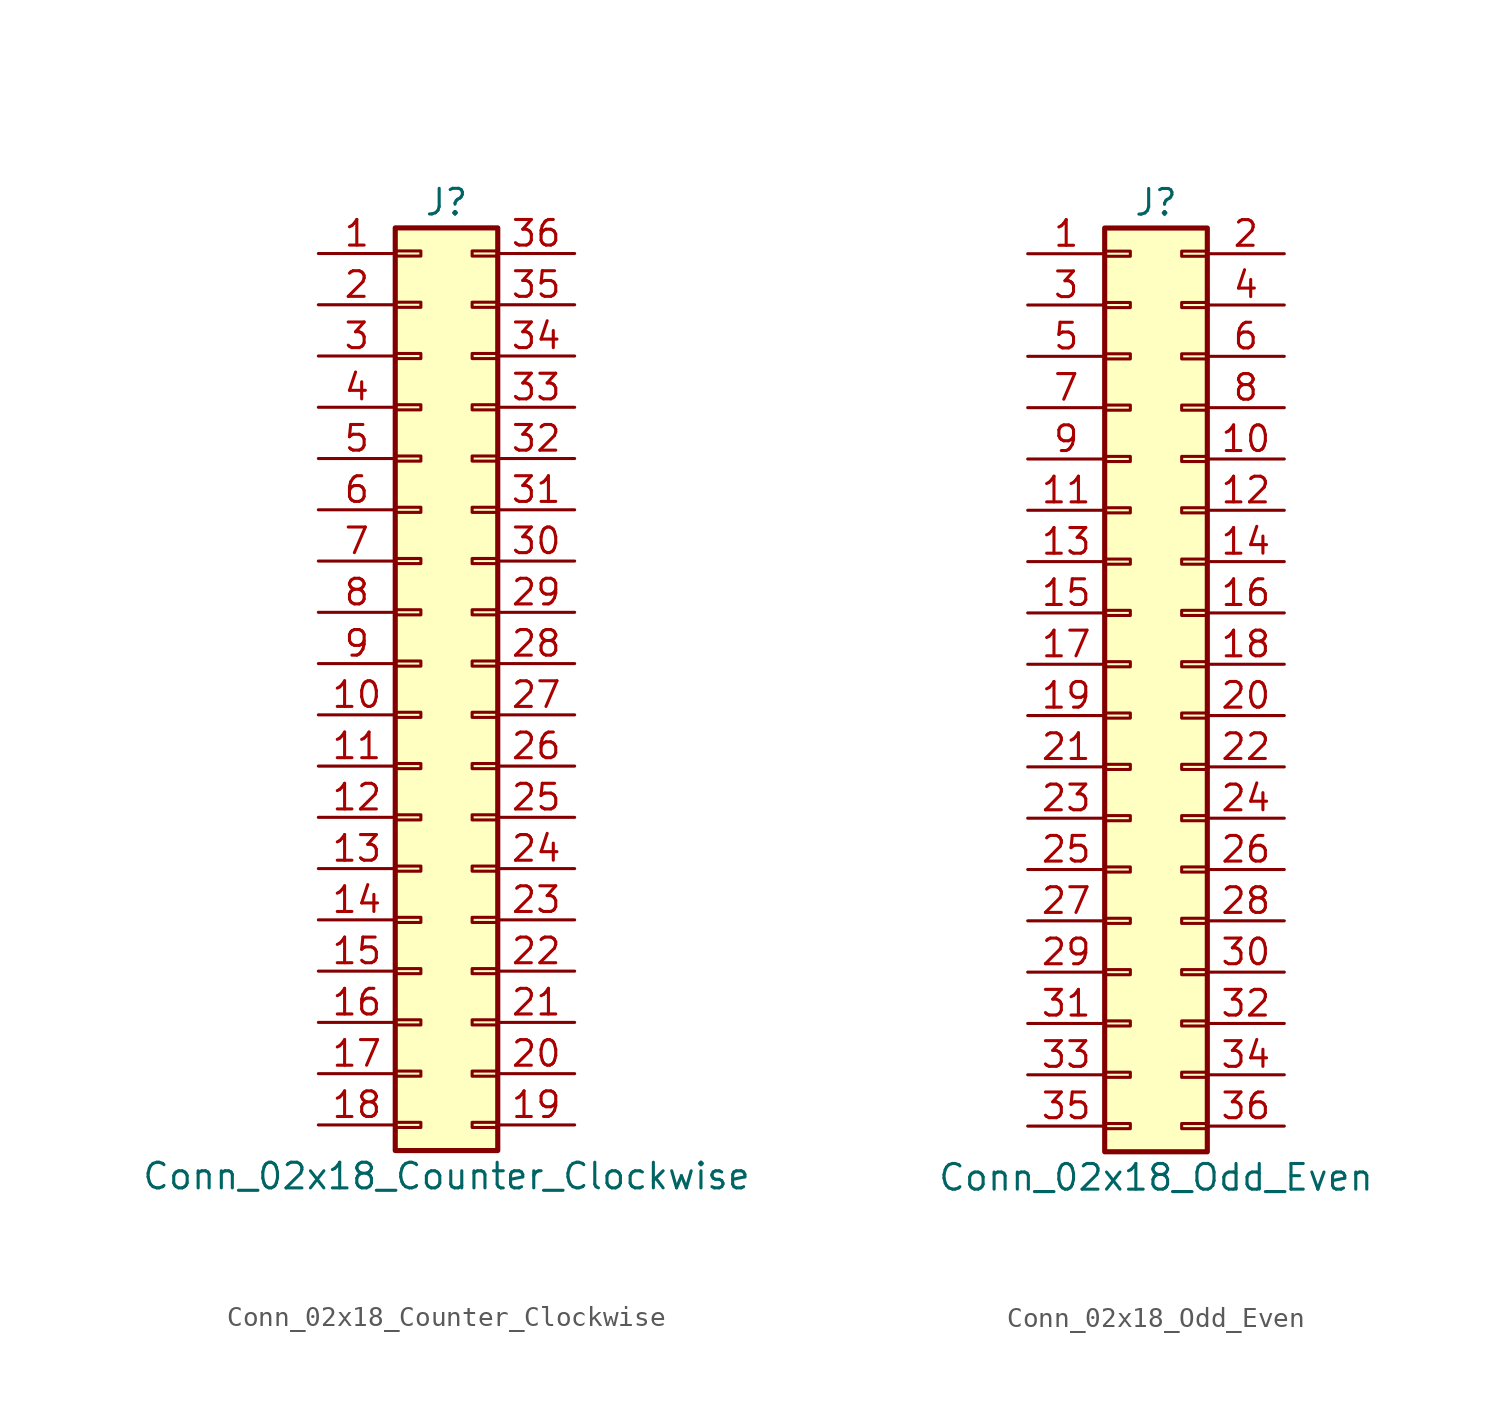
<source format=kicad_sym>
(kicad_symbol_lib
  (version 20201005)
  (generator kicad_symbol_editor)
  (symbol "Conn_02x18_Counter_Clockwise"
    (pin_names
      (offset 1.016) hide)
    (property "Reference" "J"
      (at 1.27 22.86 0)
      (effects (font (size 1.27 1.27))))
    (property "Value" "Conn_02x18_Counter_Clockwise"
      (at 1.27 -25.4 0)
      (effects (font (size 1.27 1.27))))
    (symbol "Conn_02x18_Counter_Clockwise_1_1"
      (rectangle (start -1.27 -22.733) (end 0 -22.987) (stroke (width 0.152)) (fill (type none)))
      (rectangle (start -1.27 -20.193) (end 0 -20.447) (stroke (width 0.152)) (fill (type none)))
      (rectangle (start -1.27 -17.653) (end 0 -17.907) (stroke (width 0.152)) (fill (type none)))
      (rectangle (start -1.27 -15.113) (end 0 -15.367) (stroke (width 0.152)) (fill (type none)))
      (rectangle (start -1.27 -12.573) (end 0 -12.827) (stroke (width 0.152)) (fill (type none)))
      (rectangle (start -1.27 -10.033) (end 0 -10.287) (stroke (width 0.152)) (fill (type none)))
      (rectangle (start -1.27 -7.493) (end 0 -7.747) (stroke (width 0.152)) (fill (type none)))
      (rectangle (start -1.27 -4.953) (end 0 -5.207) (stroke (width 0.152)) (fill (type none)))
      (rectangle (start -1.27 -2.413) (end 0 -2.667) (stroke (width 0.152)) (fill (type none)))
      (rectangle (start -1.27 0.127) (end 0 -0.127) (stroke (width 0.152)) (fill (type none)))
      (rectangle (start -1.27 2.667) (end 0 2.413) (stroke (width 0.152)) (fill (type none)))
      (rectangle (start -1.27 5.207) (end 0 4.953) (stroke (width 0.152)) (fill (type none)))
      (rectangle (start -1.27 7.747) (end 0 7.493) (stroke (width 0.152)) (fill (type none)))
      (rectangle (start -1.27 10.287) (end 0 10.033) (stroke (width 0.152)) (fill (type none)))
      (rectangle (start -1.27 12.827) (end 0 12.573) (stroke (width 0.152)) (fill (type none)))
      (rectangle (start -1.27 15.367) (end 0 15.113) (stroke (width 0.152)) (fill (type none)))
      (rectangle (start -1.27 17.907) (end 0 17.653) (stroke (width 0.152)) (fill (type none)))
      (rectangle (start -1.27 20.447) (end 0 20.193) (stroke (width 0.152)) (fill (type none)))
      (rectangle (start 3.81 -22.733) (end 2.54 -22.987) (stroke (width 0.152)) (fill (type none)))
      (rectangle (start 3.81 -20.193) (end 2.54 -20.447) (stroke (width 0.152)) (fill (type none)))
      (rectangle (start 3.81 -17.653) (end 2.54 -17.907) (stroke (width 0.152)) (fill (type none)))
      (rectangle (start 3.81 -15.113) (end 2.54 -15.367) (stroke (width 0.152)) (fill (type none)))
      (rectangle (start 3.81 -12.573) (end 2.54 -12.827) (stroke (width 0.152)) (fill (type none)))
      (rectangle (start 3.81 -10.033) (end 2.54 -10.287) (stroke (width 0.152)) (fill (type none)))
      (rectangle (start 3.81 -7.493) (end 2.54 -7.747) (stroke (width 0.152)) (fill (type none)))
      (rectangle (start 3.81 -4.953) (end 2.54 -5.207) (stroke (width 0.152)) (fill (type none)))
      (rectangle (start 3.81 -2.413) (end 2.54 -2.667) (stroke (width 0.152)) (fill (type none)))
      (rectangle (start 3.81 0.127) (end 2.54 -0.127) (stroke (width 0.152)) (fill (type none)))
      (rectangle (start 3.81 2.667) (end 2.54 2.413) (stroke (width 0.152)) (fill (type none)))
      (rectangle (start 3.81 5.207) (end 2.54 4.953) (stroke (width 0.152)) (fill (type none)))
      (rectangle (start 3.81 7.747) (end 2.54 7.493) (stroke (width 0.152)) (fill (type none)))
      (rectangle (start 3.81 10.287) (end 2.54 10.033) (stroke (width 0.152)) (fill (type none)))
      (rectangle (start 3.81 12.827) (end 2.54 12.573) (stroke (width 0.152)) (fill (type none)))
      (rectangle (start 3.81 15.367) (end 2.54 15.113) (stroke (width 0.152)) (fill (type none)))
      (rectangle (start 3.81 17.907) (end 2.54 17.653) (stroke (width 0.152)) (fill (type none)))
      (rectangle (start 3.81 20.447) (end 2.54 20.193) (stroke (width 0.152)) (fill (type none)))
      (rectangle (start -1.27 21.59) (end 3.81 -24.13) (stroke (width 0.254)) (fill (type background)))
      (pin passive line (at -5.08 20.32 0) (length 3.81) (name "Pin_1" (effects (font (size 1.27 1.27)))) (number "1" (effects (font (size 1.27 1.27)))))
      (pin passive line (at -5.08 -2.54 0) (length 3.81) (name "Pin_10" (effects (font (size 1.27 1.27)))) (number "10" (effects (font (size 1.27 1.27)))))
      (pin passive line (at -5.08 -5.08 0) (length 3.81) (name "Pin_11" (effects (font (size 1.27 1.27)))) (number "11" (effects (font (size 1.27 1.27)))))
      (pin passive line (at -5.08 -7.62 0) (length 3.81) (name "Pin_12" (effects (font (size 1.27 1.27)))) (number "12" (effects (font (size 1.27 1.27)))))
      (pin passive line (at -5.08 -10.16 0) (length 3.81) (name "Pin_13" (effects (font (size 1.27 1.27)))) (number "13" (effects (font (size 1.27 1.27)))))
      (pin passive line (at -5.08 -12.7 0) (length 3.81) (name "Pin_14" (effects (font (size 1.27 1.27)))) (number "14" (effects (font (size 1.27 1.27)))))
      (pin passive line (at -5.08 -15.24 0) (length 3.81) (name "Pin_15" (effects (font (size 1.27 1.27)))) (number "15" (effects (font (size 1.27 1.27)))))
      (pin passive line (at -5.08 -17.78 0) (length 3.81) (name "Pin_16" (effects (font (size 1.27 1.27)))) (number "16" (effects (font (size 1.27 1.27)))))
      (pin passive line (at -5.08 -20.32 0) (length 3.81) (name "Pin_17" (effects (font (size 1.27 1.27)))) (number "17" (effects (font (size 1.27 1.27)))))
      (pin passive line (at -5.08 -22.86 0) (length 3.81) (name "Pin_18" (effects (font (size 1.27 1.27)))) (number "18" (effects (font (size 1.27 1.27)))))
      (pin passive line (at 7.62 -22.86 180) (length 3.81) (name "Pin_19" (effects (font (size 1.27 1.27)))) (number "19" (effects (font (size 1.27 1.27)))))
      (pin passive line (at -5.08 17.78 0) (length 3.81) (name "Pin_2" (effects (font (size 1.27 1.27)))) (number "2" (effects (font (size 1.27 1.27)))))
      (pin passive line (at 7.62 -20.32 180) (length 3.81) (name "Pin_20" (effects (font (size 1.27 1.27)))) (number "20" (effects (font (size 1.27 1.27)))))
      (pin passive line (at 7.62 -17.78 180) (length 3.81) (name "Pin_21" (effects (font (size 1.27 1.27)))) (number "21" (effects (font (size 1.27 1.27)))))
      (pin passive line (at 7.62 -15.24 180) (length 3.81) (name "Pin_22" (effects (font (size 1.27 1.27)))) (number "22" (effects (font (size 1.27 1.27)))))
      (pin passive line (at 7.62 -12.7 180) (length 3.81) (name "Pin_23" (effects (font (size 1.27 1.27)))) (number "23" (effects (font (size 1.27 1.27)))))
      (pin passive line (at 7.62 -10.16 180) (length 3.81) (name "Pin_24" (effects (font (size 1.27 1.27)))) (number "24" (effects (font (size 1.27 1.27)))))
      (pin passive line (at 7.62 -7.62 180) (length 3.81) (name "Pin_25" (effects (font (size 1.27 1.27)))) (number "25" (effects (font (size 1.27 1.27)))))
      (pin passive line (at 7.62 -5.08 180) (length 3.81) (name "Pin_26" (effects (font (size 1.27 1.27)))) (number "26" (effects (font (size 1.27 1.27)))))
      (pin passive line (at 7.62 -2.54 180) (length 3.81) (name "Pin_27" (effects (font (size 1.27 1.27)))) (number "27" (effects (font (size 1.27 1.27)))))
      (pin passive line (at 7.62 0 180) (length 3.81) (name "Pin_28" (effects (font (size 1.27 1.27)))) (number "28" (effects (font (size 1.27 1.27)))))
      (pin passive line (at 7.62 2.54 180) (length 3.81) (name "Pin_29" (effects (font (size 1.27 1.27)))) (number "29" (effects (font (size 1.27 1.27)))))
      (pin passive line (at -5.08 15.24 0) (length 3.81) (name "Pin_3" (effects (font (size 1.27 1.27)))) (number "3" (effects (font (size 1.27 1.27)))))
      (pin passive line (at 7.62 5.08 180) (length 3.81) (name "Pin_30" (effects (font (size 1.27 1.27)))) (number "30" (effects (font (size 1.27 1.27)))))
      (pin passive line (at 7.62 7.62 180) (length 3.81) (name "Pin_31" (effects (font (size 1.27 1.27)))) (number "31" (effects (font (size 1.27 1.27)))))
      (pin passive line (at 7.62 10.16 180) (length 3.81) (name "Pin_32" (effects (font (size 1.27 1.27)))) (number "32" (effects (font (size 1.27 1.27)))))
      (pin passive line (at 7.62 12.7 180) (length 3.81) (name "Pin_33" (effects (font (size 1.27 1.27)))) (number "33" (effects (font (size 1.27 1.27)))))
      (pin passive line (at 7.62 15.24 180) (length 3.81) (name "Pin_34" (effects (font (size 1.27 1.27)))) (number "34" (effects (font (size 1.27 1.27)))))
      (pin passive line (at 7.62 17.78 180) (length 3.81) (name "Pin_35" (effects (font (size 1.27 1.27)))) (number "35" (effects (font (size 1.27 1.27)))))
      (pin passive line (at 7.62 20.32 180) (length 3.81) (name "Pin_36" (effects (font (size 1.27 1.27)))) (number "36" (effects (font (size 1.27 1.27)))))
      (pin passive line (at -5.08 12.7 0) (length 3.81) (name "Pin_4" (effects (font (size 1.27 1.27)))) (number "4" (effects (font (size 1.27 1.27)))))
      (pin passive line (at -5.08 10.16 0) (length 3.81) (name "Pin_5" (effects (font (size 1.27 1.27)))) (number "5" (effects (font (size 1.27 1.27)))))
      (pin passive line (at -5.08 7.62 0) (length 3.81) (name "Pin_6" (effects (font (size 1.27 1.27)))) (number "6" (effects (font (size 1.27 1.27)))))
      (pin passive line (at -5.08 5.08 0) (length 3.81) (name "Pin_7" (effects (font (size 1.27 1.27)))) (number "7" (effects (font (size 1.27 1.27)))))
      (pin passive line (at -5.08 2.54 0) (length 3.81) (name "Pin_8" (effects (font (size 1.27 1.27)))) (number "8" (effects (font (size 1.27 1.27)))))
      (pin passive line (at -5.08 0 0) (length 3.81) (name "Pin_9" (effects (font (size 1.27 1.27)))) (number "9" (effects (font (size 1.27 1.27)))))))
  (symbol "Conn_02x18_Odd_Even"
    (pin_names
      (offset 1.016) hide)
    (property "Reference" "J"
      (at 1.27 22.86 0)
      (effects (font (size 1.27 1.27))))
    (property "Value" "Conn_02x18_Odd_Even"
      (at 1.27 -25.4 0)
      (effects (font (size 1.27 1.27))))
    (symbol "Conn_02x18_Odd_Even_1_1"
      (rectangle (start -1.27 -22.733) (end 0 -22.987) (stroke (width 0.152)) (fill (type none)))
      (rectangle (start -1.27 -20.193) (end 0 -20.447) (stroke (width 0.152)) (fill (type none)))
      (rectangle (start -1.27 -17.653) (end 0 -17.907) (stroke (width 0.152)) (fill (type none)))
      (rectangle (start -1.27 -15.113) (end 0 -15.367) (stroke (width 0.152)) (fill (type none)))
      (rectangle (start -1.27 -12.573) (end 0 -12.827) (stroke (width 0.152)) (fill (type none)))
      (rectangle (start -1.27 -10.033) (end 0 -10.287) (stroke (width 0.152)) (fill (type none)))
      (rectangle (start -1.27 -7.493) (end 0 -7.747) (stroke (width 0.152)) (fill (type none)))
      (rectangle (start -1.27 -4.953) (end 0 -5.207) (stroke (width 0.152)) (fill (type none)))
      (rectangle (start -1.27 -2.413) (end 0 -2.667) (stroke (width 0.152)) (fill (type none)))
      (rectangle (start -1.27 0.127) (end 0 -0.127) (stroke (width 0.152)) (fill (type none)))
      (rectangle (start -1.27 2.667) (end 0 2.413) (stroke (width 0.152)) (fill (type none)))
      (rectangle (start -1.27 5.207) (end 0 4.953) (stroke (width 0.152)) (fill (type none)))
      (rectangle (start -1.27 7.747) (end 0 7.493) (stroke (width 0.152)) (fill (type none)))
      (rectangle (start -1.27 10.287) (end 0 10.033) (stroke (width 0.152)) (fill (type none)))
      (rectangle (start -1.27 12.827) (end 0 12.573) (stroke (width 0.152)) (fill (type none)))
      (rectangle (start -1.27 15.367) (end 0 15.113) (stroke (width 0.152)) (fill (type none)))
      (rectangle (start -1.27 17.907) (end 0 17.653) (stroke (width 0.152)) (fill (type none)))
      (rectangle (start -1.27 20.447) (end 0 20.193) (stroke (width 0.152)) (fill (type none)))
      (rectangle (start 3.81 -22.733) (end 2.54 -22.987) (stroke (width 0.152)) (fill (type none)))
      (rectangle (start 3.81 -20.193) (end 2.54 -20.447) (stroke (width 0.152)) (fill (type none)))
      (rectangle (start 3.81 -17.653) (end 2.54 -17.907) (stroke (width 0.152)) (fill (type none)))
      (rectangle (start 3.81 -15.113) (end 2.54 -15.367) (stroke (width 0.152)) (fill (type none)))
      (rectangle (start 3.81 -12.573) (end 2.54 -12.827) (stroke (width 0.152)) (fill (type none)))
      (rectangle (start 3.81 -10.033) (end 2.54 -10.287) (stroke (width 0.152)) (fill (type none)))
      (rectangle (start 3.81 -7.493) (end 2.54 -7.747) (stroke (width 0.152)) (fill (type none)))
      (rectangle (start 3.81 -4.953) (end 2.54 -5.207) (stroke (width 0.152)) (fill (type none)))
      (rectangle (start 3.81 -2.413) (end 2.54 -2.667) (stroke (width 0.152)) (fill (type none)))
      (rectangle (start 3.81 0.127) (end 2.54 -0.127) (stroke (width 0.152)) (fill (type none)))
      (rectangle (start 3.81 2.667) (end 2.54 2.413) (stroke (width 0.152)) (fill (type none)))
      (rectangle (start 3.81 5.207) (end 2.54 4.953) (stroke (width 0.152)) (fill (type none)))
      (rectangle (start 3.81 7.747) (end 2.54 7.493) (stroke (width 0.152)) (fill (type none)))
      (rectangle (start 3.81 10.287) (end 2.54 10.033) (stroke (width 0.152)) (fill (type none)))
      (rectangle (start 3.81 12.827) (end 2.54 12.573) (stroke (width 0.152)) (fill (type none)))
      (rectangle (start 3.81 15.367) (end 2.54 15.113) (stroke (width 0.152)) (fill (type none)))
      (rectangle (start 3.81 17.907) (end 2.54 17.653) (stroke (width 0.152)) (fill (type none)))
      (rectangle (start 3.81 20.447) (end 2.54 20.193) (stroke (width 0.152)) (fill (type none)))
      (rectangle (start -1.27 21.59) (end 3.81 -24.13) (stroke (width 0.254)) (fill (type background)))
      (pin passive line (at -5.08 20.32 0) (length 3.81) (name "Pin_1" (effects (font (size 1.27 1.27)))) (number "1" (effects (font (size 1.27 1.27)))))
      (pin passive line (at 7.62 10.16 180) (length 3.81) (name "Pin_10" (effects (font (size 1.27 1.27)))) (number "10" (effects (font (size 1.27 1.27)))))
      (pin passive line (at -5.08 7.62 0) (length 3.81) (name "Pin_11" (effects (font (size 1.27 1.27)))) (number "11" (effects (font (size 1.27 1.27)))))
      (pin passive line (at 7.62 7.62 180) (length 3.81) (name "Pin_12" (effects (font (size 1.27 1.27)))) (number "12" (effects (font (size 1.27 1.27)))))
      (pin passive line (at -5.08 5.08 0) (length 3.81) (name "Pin_13" (effects (font (size 1.27 1.27)))) (number "13" (effects (font (size 1.27 1.27)))))
      (pin passive line (at 7.62 5.08 180) (length 3.81) (name "Pin_14" (effects (font (size 1.27 1.27)))) (number "14" (effects (font (size 1.27 1.27)))))
      (pin passive line (at -5.08 2.54 0) (length 3.81) (name "Pin_15" (effects (font (size 1.27 1.27)))) (number "15" (effects (font (size 1.27 1.27)))))
      (pin passive line (at 7.62 2.54 180) (length 3.81) (name "Pin_16" (effects (font (size 1.27 1.27)))) (number "16" (effects (font (size 1.27 1.27)))))
      (pin passive line (at -5.08 0 0) (length 3.81) (name "Pin_17" (effects (font (size 1.27 1.27)))) (number "17" (effects (font (size 1.27 1.27)))))
      (pin passive line (at 7.62 0 180) (length 3.81) (name "Pin_18" (effects (font (size 1.27 1.27)))) (number "18" (effects (font (size 1.27 1.27)))))
      (pin passive line (at -5.08 -2.54 0) (length 3.81) (name "Pin_19" (effects (font (size 1.27 1.27)))) (number "19" (effects (font (size 1.27 1.27)))))
      (pin passive line (at 7.62 20.32 180) (length 3.81) (name "Pin_2" (effects (font (size 1.27 1.27)))) (number "2" (effects (font (size 1.27 1.27)))))
      (pin passive line (at 7.62 -2.54 180) (length 3.81) (name "Pin_20" (effects (font (size 1.27 1.27)))) (number "20" (effects (font (size 1.27 1.27)))))
      (pin passive line (at -5.08 -5.08 0) (length 3.81) (name "Pin_21" (effects (font (size 1.27 1.27)))) (number "21" (effects (font (size 1.27 1.27)))))
      (pin passive line (at 7.62 -5.08 180) (length 3.81) (name "Pin_22" (effects (font (size 1.27 1.27)))) (number "22" (effects (font (size 1.27 1.27)))))
      (pin passive line (at -5.08 -7.62 0) (length 3.81) (name "Pin_23" (effects (font (size 1.27 1.27)))) (number "23" (effects (font (size 1.27 1.27)))))
      (pin passive line (at 7.62 -7.62 180) (length 3.81) (name "Pin_24" (effects (font (size 1.27 1.27)))) (number "24" (effects (font (size 1.27 1.27)))))
      (pin passive line (at -5.08 -10.16 0) (length 3.81) (name "Pin_25" (effects (font (size 1.27 1.27)))) (number "25" (effects (font (size 1.27 1.27)))))
      (pin passive line (at 7.62 -10.16 180) (length 3.81) (name "Pin_26" (effects (font (size 1.27 1.27)))) (number "26" (effects (font (size 1.27 1.27)))))
      (pin passive line (at -5.08 -12.7 0) (length 3.81) (name "Pin_27" (effects (font (size 1.27 1.27)))) (number "27" (effects (font (size 1.27 1.27)))))
      (pin passive line (at 7.62 -12.7 180) (length 3.81) (name "Pin_28" (effects (font (size 1.27 1.27)))) (number "28" (effects (font (size 1.27 1.27)))))
      (pin passive line (at -5.08 -15.24 0) (length 3.81) (name "Pin_29" (effects (font (size 1.27 1.27)))) (number "29" (effects (font (size 1.27 1.27)))))
      (pin passive line (at -5.08 17.78 0) (length 3.81) (name "Pin_3" (effects (font (size 1.27 1.27)))) (number "3" (effects (font (size 1.27 1.27)))))
      (pin passive line (at 7.62 -15.24 180) (length 3.81) (name "Pin_30" (effects (font (size 1.27 1.27)))) (number "30" (effects (font (size 1.27 1.27)))))
      (pin passive line (at -5.08 -17.78 0) (length 3.81) (name "Pin_31" (effects (font (size 1.27 1.27)))) (number "31" (effects (font (size 1.27 1.27)))))
      (pin passive line (at 7.62 -17.78 180) (length 3.81) (name "Pin_32" (effects (font (size 1.27 1.27)))) (number "32" (effects (font (size 1.27 1.27)))))
      (pin passive line (at -5.08 -20.32 0) (length 3.81) (name "Pin_33" (effects (font (size 1.27 1.27)))) (number "33" (effects (font (size 1.27 1.27)))))
      (pin passive line (at 7.62 -20.32 180) (length 3.81) (name "Pin_34" (effects (font (size 1.27 1.27)))) (number "34" (effects (font (size 1.27 1.27)))))
      (pin passive line (at -5.08 -22.86 0) (length 3.81) (name "Pin_35" (effects (font (size 1.27 1.27)))) (number "35" (effects (font (size 1.27 1.27)))))
      (pin passive line (at 7.62 -22.86 180) (length 3.81) (name "Pin_36" (effects (font (size 1.27 1.27)))) (number "36" (effects (font (size 1.27 1.27)))))
      (pin passive line (at 7.62 17.78 180) (length 3.81) (name "Pin_4" (effects (font (size 1.27 1.27)))) (number "4" (effects (font (size 1.27 1.27)))))
      (pin passive line (at -5.08 15.24 0) (length 3.81) (name "Pin_5" (effects (font (size 1.27 1.27)))) (number "5" (effects (font (size 1.27 1.27)))))
      (pin passive line (at 7.62 15.24 180) (length 3.81) (name "Pin_6" (effects (font (size 1.27 1.27)))) (number "6" (effects (font (size 1.27 1.27)))))
      (pin passive line (at -5.08 12.7 0) (length 3.81) (name "Pin_7" (effects (font (size 1.27 1.27)))) (number "7" (effects (font (size 1.27 1.27)))))
      (pin passive line (at 7.62 12.7 180) (length 3.81) (name "Pin_8" (effects (font (size 1.27 1.27)))) (number "8" (effects (font (size 1.27 1.27)))))
      (pin passive line (at -5.08 10.16 0) (length 3.81) (name "Pin_9" (effects (font (size 1.27 1.27)))) (number "9" (effects (font (size 1.27 1.27))))))))
</source>
